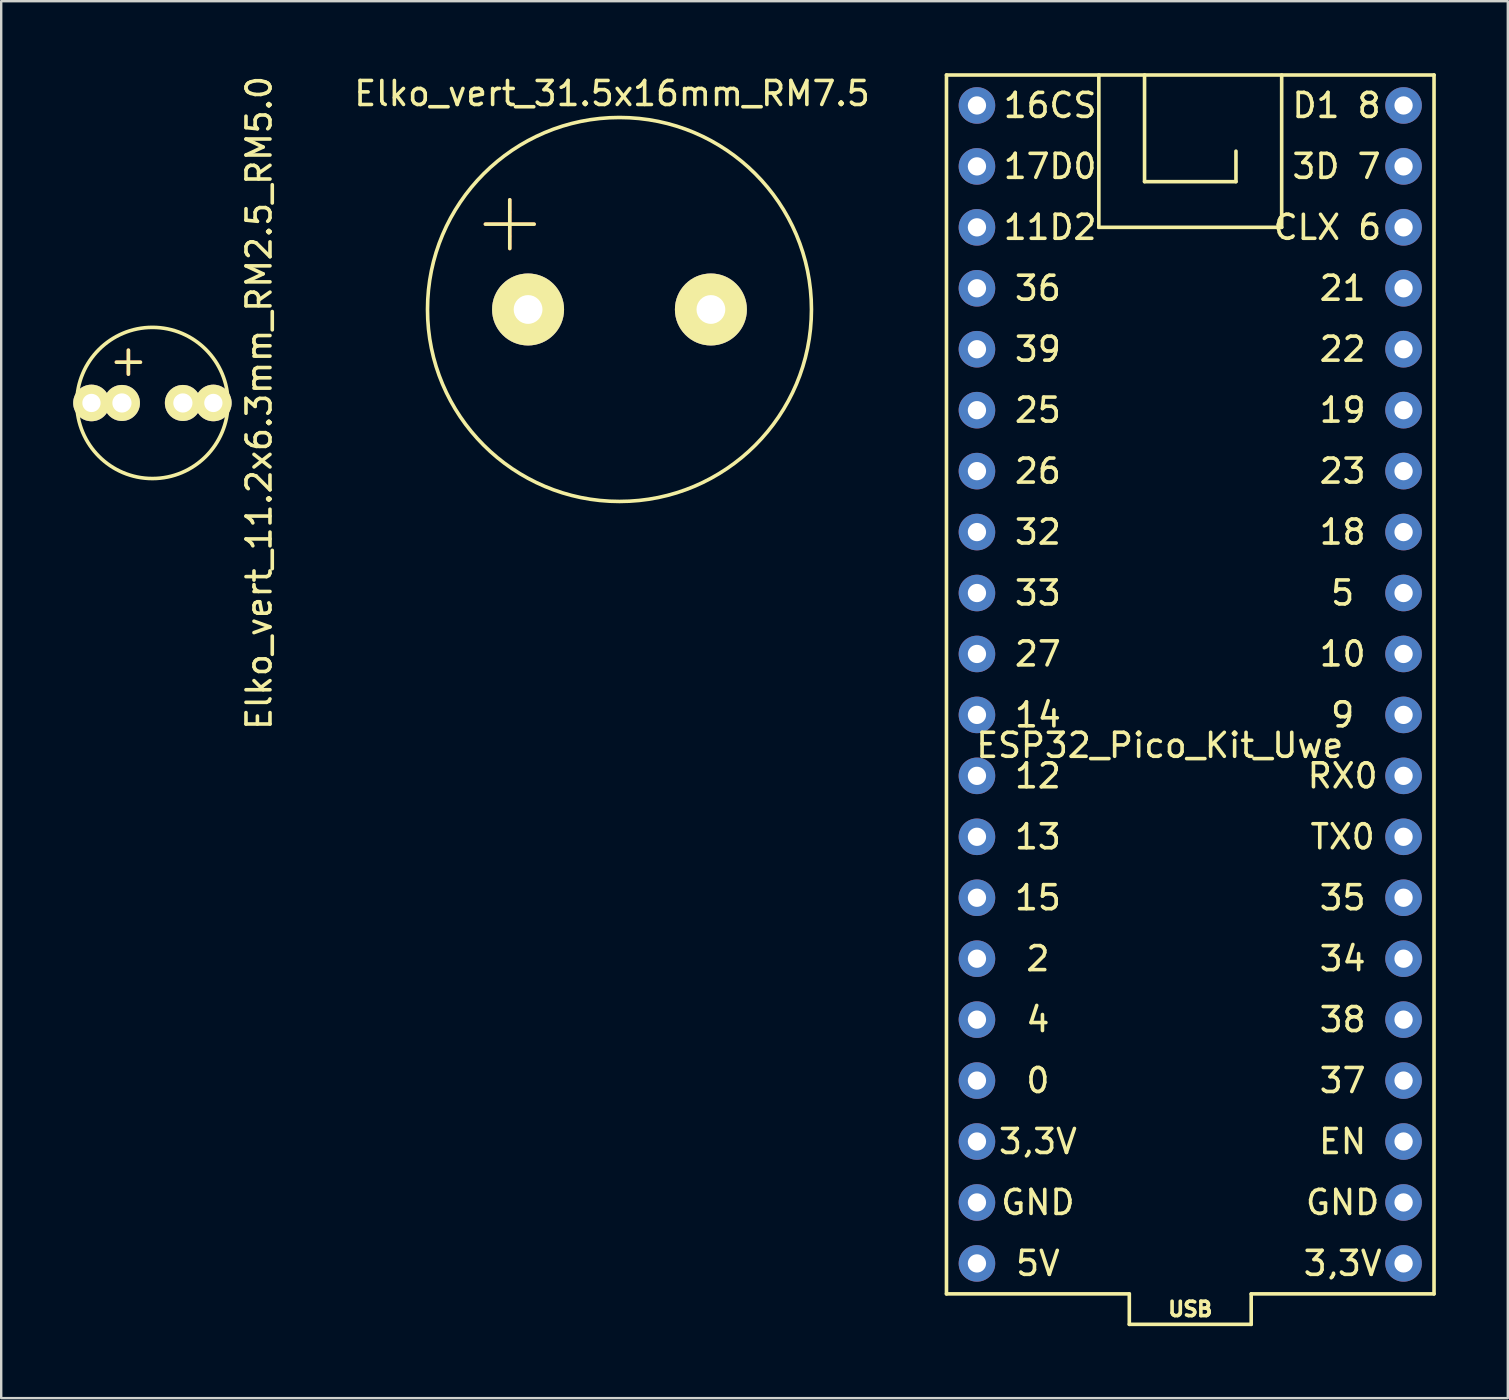
<source format=kicad_pcb>
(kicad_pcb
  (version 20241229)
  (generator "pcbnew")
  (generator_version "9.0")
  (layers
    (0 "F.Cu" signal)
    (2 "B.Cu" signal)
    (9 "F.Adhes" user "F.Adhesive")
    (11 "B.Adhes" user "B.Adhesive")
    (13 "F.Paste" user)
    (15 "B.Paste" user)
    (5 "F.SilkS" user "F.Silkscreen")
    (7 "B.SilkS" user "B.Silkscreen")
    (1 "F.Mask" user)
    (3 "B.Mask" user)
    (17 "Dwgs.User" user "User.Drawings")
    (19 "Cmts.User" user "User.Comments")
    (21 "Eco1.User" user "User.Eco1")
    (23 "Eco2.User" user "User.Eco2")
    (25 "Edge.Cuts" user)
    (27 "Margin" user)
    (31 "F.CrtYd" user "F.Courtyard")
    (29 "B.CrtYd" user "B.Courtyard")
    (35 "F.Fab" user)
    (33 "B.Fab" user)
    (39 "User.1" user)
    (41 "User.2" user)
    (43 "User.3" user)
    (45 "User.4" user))
  (footprint "Elko_vert_11.2x6.3mm_RM2.5_RM5.0"
    (layer "F.Cu")
    (at 2.032 13.744)
    (property "Reference" "Elko_vert_11.2x6.3mm_RM2.5_RM5.0" (at 5.715 0 90) (layer "F.SilkS") (effects (font (size 1 1) (thickness 0.15))))
    (attr through_hole)
    (fp_line (start -0.231 -1.699) (end 0.269 -1.699) (stroke (width 0.15) (type solid)) (layer "F.Cu"))
    (fp_line (start 0.269 -1.699) (end 0.269 -2.2) (stroke (width 0.15) (type solid)) (layer "F.Cu"))
    (fp_line (start 0.269 -1.699) (end 0.269 -1.3) (stroke (width 0.15) (type solid)) (layer "F.Cu"))
    (fp_line (start 0.269 -1.699) (end 0.77 -1.699) (stroke (width 0.15) (type solid)) (layer "F.Cu"))
    (fp_line (start 0.269 -1.3) (end 0.269 -1.199) (stroke (width 0.15) (type solid)) (layer "F.Cu"))
    (fp_line (start -0.231 -1.699) (end 0.77 -1.699) (stroke (width 0.15) (type solid)) (layer "F.SilkS"))
    (fp_line (start 0.269 -2.2) (end 0.269 -1.199) (stroke (width 0.15) (type solid)) (layer "F.SilkS"))
    (fp_circle (center 1.27 0) (end 4.42 0) (stroke (width 0.15) (type solid)) (fill no) (layer "F.SilkS"))
    (pad "1" thru_hole circle (at -1.27 0) (size 1.524 1.524) (drill 0.762) (layers "*.Cu" "*.Mask" "F.SilkS"))
    (pad "1" thru_hole circle (at 0 0) (size 1.501 1.501) (drill 0.8) (layers "*.Cu" "*.Mask" "F.SilkS"))
    (pad "2" thru_hole circle (at 2.54 0) (size 1.501 1.501) (drill 0.8) (layers "*.Cu" "*.Mask" "F.SilkS"))
    (pad "2" thru_hole circle (at 3.81 0) (size 1.524 1.524) (drill 0.762) (layers "*.Cu" "*.Mask" "F.SilkS")))
  (footprint "Elko_vert_31.5x16mm_RM7.5"
    (layer "F.Cu")
    (at 18.958 9.848)
    (property "Reference" "Elko_vert_31.5x16mm_RM7.5" (at 3.5 -9 0) (layer "F.SilkS") (effects (font (size 1 1) (thickness 0.15))))
    (attr through_hole)
    (fp_line (start -1.778 -3.556) (end 0.254 -3.556) (stroke (width 0.15) (type solid)) (layer "F.Cu"))
    (fp_line (start -0.762 -4.572) (end -0.762 -4.064) (stroke (width 0.15) (type solid)) (layer "F.Cu"))
    (fp_line (start -0.762 -4.064) (end -0.762 -3.556) (stroke (width 0.15) (type solid)) (layer "F.Cu"))
    (fp_line (start -0.762 -3.556) (end -0.762 -3.048) (stroke (width 0.15) (type solid)) (layer "F.Cu"))
    (fp_line (start -0.762 -3.048) (end -0.762 -2.54) (stroke (width 0.15) (type solid)) (layer "F.Cu"))
    (fp_line (start -1.778 -3.556) (end 0.254 -3.556) (stroke (width 0.15) (type solid)) (layer "F.SilkS"))
    (fp_line (start -0.762 -4.572) (end -0.762 -2.54) (stroke (width 0.15) (type solid)) (layer "F.SilkS"))
    (fp_circle (center 3.81 0) (end 11.811 0) (stroke (width 0.15) (type solid)) (fill no) (layer "F.SilkS"))
    (pad "1" thru_hole circle (at 0 0) (size 3 3) (drill 1.199) (layers "*.Cu" "*.Mask" "F.SilkS"))
    (pad "2" thru_hole circle (at 7.62 0) (size 3 3) (drill 1.199) (layers "*.Cu" "*.Mask" "F.SilkS")))
  (footprint "ESP32_Pico_Kit_Uwe"
    (layer "F.Cu")
    (at 46.556 26.745)
    (property "Reference" "ESP32_Pico_Kit_Uwe" (at -1.27 1.27 0) (unlocked yes) (layer "F.SilkS") (effects (font (size 1 1) (thickness 0.15))))
    (attr through_hole)
    (fp_line (start -10.16 -26.67) (end 10.16 -26.67) (stroke (width 0.15) (type solid)) (layer "F.SilkS"))
    (fp_line (start -10.16 24.13) (end -10.16 -26.67) (stroke (width 0.15) (type solid)) (layer "F.SilkS"))
    (fp_line (start -10.16 24.13) (end -2.54 24.13) (stroke (width 0.15) (type solid)) (layer "F.SilkS"))
    (fp_line (start -3.81 -26.67) (end -3.81 -20.32) (stroke (width 0.15) (type solid)) (layer "F.SilkS"))
    (fp_line (start -3.81 -20.32) (end 3.81 -20.32) (stroke (width 0.15) (type solid)) (layer "F.SilkS"))
    (fp_line (start -2.54 25.4) (end -2.54 24.13) (stroke (width 0.15) (type solid)) (layer "F.SilkS"))
    (fp_line (start -2.54 25.4) (end 2.54 25.4) (stroke (width 0.15) (type solid)) (layer "F.SilkS"))
    (fp_line (start -1.905 -26.67) (end -1.905 -22.225) (stroke (width 0.15) (type solid)) (layer "F.SilkS"))
    (fp_line (start -1.905 -22.225) (end 1.905 -22.225) (stroke (width 0.15) (type solid)) (layer "F.SilkS"))
    (fp_line (start 1.905 -22.225) (end 1.905 -23.495) (stroke (width 0.15) (type solid)) (layer "F.SilkS"))
    (fp_line (start 2.54 25.4) (end 2.54 24.13) (stroke (width 0.15) (type solid)) (layer "F.SilkS"))
    (fp_line (start 3.81 -20.32) (end 3.81 -26.67) (stroke (width 0.15) (type solid)) (layer "F.SilkS"))
    (fp_line (start 10.16 -26.67) (end 10.16 24.13) (stroke (width 0.15) (type solid)) (layer "F.SilkS"))
    (fp_line (start 10.16 24.13) (end 2.54 24.13) (stroke (width 0.15) (type solid)) (layer "F.SilkS"))
    (fp_text user "14" (at -6.35 0 0) (unlocked yes) (layer "F.SilkS") (effects (font (size 1 1) (thickness 0.15))))
    (fp_text user "9" (at 6.35 0 0) (unlocked yes) (layer "F.SilkS") (effects (font (size 1 1) (thickness 0.15))))
    (fp_text user "15" (at -6.35 7.62 0) (unlocked yes) (layer "F.SilkS") (effects (font (size 1 1) (thickness 0.15))))
    (fp_text user "USB" (at 0 24.765 0) (unlocked yes) (layer "F.SilkS") (effects (font (size 0.6 0.6) (thickness 0.15))))
    (fp_text user "39" (at -6.35 -15.24 0) (unlocked yes) (layer "F.SilkS") (effects (font (size 1 1) (thickness 0.15))))
    (fp_text user "21" (at 6.35 -17.78 0) (unlocked yes) (layer "F.SilkS") (effects (font (size 1 1) (thickness 0.15))))
    (fp_text user "13" (at -6.35 5.08 0) (unlocked yes) (layer "F.SilkS") (effects (font (size 1 1) (thickness 0.15))))
    (fp_text user "25" (at -6.35 -12.7 0) (unlocked yes) (layer "F.SilkS") (effects (font (size 1 1) (thickness 0.15))))
    (fp_text user "11D2" (at -5.842 -20.32 0) (unlocked yes) (layer "F.SilkS") (effects (font (size 1 1) (thickness 0.15))))
    (fp_text user "12" (at -6.35 2.54 0) (unlocked yes) (layer "F.SilkS") (effects (font (size 1 1) (thickness 0.15))))
    (fp_text user "35" (at 6.35 7.62 0) (unlocked yes) (layer "F.SilkS") (effects (font (size 1 1) (thickness 0.15))))
    (fp_text user "5" (at 6.35 -5.08 0) (unlocked yes) (layer "F.SilkS") (effects (font (size 1 1) (thickness 0.15))))
    (fp_text user "GND" (at -6.35 20.32 0) (unlocked yes) (layer "F.SilkS") (effects (font (size 1 1) (thickness 0.15))))
    (fp_text user "3D 7" (at 6.096 -22.86 0) (unlocked yes) (layer "F.SilkS") (effects (font (size 1 1) (thickness 0.15))))
    (fp_text user "TX0" (at 6.35 5.08 0) (unlocked yes) (layer "F.SilkS") (effects (font (size 1 1) (thickness 0.15))))
    (fp_text user "5V" (at -6.35 22.86 0) (unlocked yes) (layer "F.SilkS") (effects (font (size 1 1) (thickness 0.15))))
    (fp_text user "0" (at -6.35 15.24 0) (unlocked yes) (layer "F.SilkS") (effects (font (size 1 1) (thickness 0.15))))
    (fp_text user "RX0" (at 6.35 2.54 0) (unlocked yes) (layer "F.SilkS") (effects (font (size 1 1) (thickness 0.15))))
    (fp_text user "16CS" (at -5.842 -25.4 0) (unlocked yes) (layer "F.SilkS") (effects (font (size 1 1) (thickness 0.15))))
    (fp_text user "17D0" (at -5.842 -22.86 0) (unlocked yes) (layer "F.SilkS") (effects (font (size 1 1) (thickness 0.15))))
    (fp_text user "36" (at -6.35 -17.78 0) (unlocked yes) (layer "F.SilkS") (effects (font (size 1 1) (thickness 0.15))))
    (fp_text user "D1 8" (at 6.096 -25.4 0) (unlocked yes) (layer "F.SilkS") (effects (font (size 1 1) (thickness 0.15))))
    (fp_text user "CLX 6" (at 5.715 -20.32 0) (unlocked yes) (layer "F.SilkS") (effects (font (size 1 1) (thickness 0.15))))
    (fp_text user "34" (at 6.35 10.16 0) (unlocked yes) (layer "F.SilkS") (effects (font (size 1 1) (thickness 0.15))))
    (fp_text user "22" (at 6.35 -15.24 0) (unlocked yes) (layer "F.SilkS") (effects (font (size 1 1) (thickness 0.15))))
    (fp_text user "38" (at 6.35 12.7 0) (unlocked yes) (layer "F.SilkS") (effects (font (size 1 1) (thickness 0.15))))
    (fp_text user "3,3V" (at -6.35 17.78 0) (unlocked yes) (layer "F.SilkS") (effects (font (size 1 1) (thickness 0.15))))
    (fp_text user "37" (at 6.35 15.24 0) (unlocked yes) (layer "F.SilkS") (effects (font (size 1 1) (thickness 0.15))))
    (fp_text user "EN" (at 6.35 17.78 0) (unlocked yes) (layer "F.SilkS") (effects (font (size 1 1) (thickness 0.15))))
    (fp_text user "10" (at 6.35 -2.54 0) (unlocked yes) (layer "F.SilkS") (effects (font (size 1 1) (thickness 0.15))))
    (fp_text user "32" (at -6.35 -7.62 0) (unlocked yes) (layer "F.SilkS") (effects (font (size 1 1) (thickness 0.15))))
    (fp_text user "27" (at -6.35 -2.54 0) (unlocked yes) (layer "F.SilkS") (effects (font (size 1 1) (thickness 0.15))))
    (fp_text user "19" (at 6.35 -12.7 0) (unlocked yes) (layer "F.SilkS") (effects (font (size 1 1) (thickness 0.15))))
    (fp_text user "23" (at 6.35 -10.16 0) (unlocked yes) (layer "F.SilkS") (effects (font (size 1 1) (thickness 0.15))))
    (fp_text user "2" (at -6.35 10.16 0) (unlocked yes) (layer "F.SilkS") (effects (font (size 1 1) (thickness 0.15))))
    (fp_text user "18" (at 6.35 -7.62 0) (unlocked yes) (layer "F.SilkS") (effects (font (size 1 1) (thickness 0.15))))
    (fp_text user "4" (at -6.35 12.7 0) (unlocked yes) (layer "F.SilkS") (effects (font (size 1 1) (thickness 0.15))))
    (fp_text user "26" (at -6.35 -10.16 0) (unlocked yes) (layer "F.SilkS") (effects (font (size 1 1) (thickness 0.15))))
    (fp_text user "3,3V" (at 6.35 22.86 0) (unlocked yes) (layer "F.SilkS") (effects (font (size 1 1) (thickness 0.15))))
    (fp_text user "33" (at -6.35 -5.08 0) (unlocked yes) (layer "F.SilkS") (effects (font (size 1 1) (thickness 0.15))))
    (fp_text user "GND" (at 6.35 20.32 0) (unlocked yes) (layer "F.SilkS") (effects (font (size 1 1) (thickness 0.15))))
    (pad "1" thru_hole circle (at -8.89 22.86) (size 1.524 1.524) (drill 0.762) (layers "*.Cu" "*.Mask"))
    (pad "2" thru_hole circle (at -8.89 20.32) (size 1.524 1.524) (drill 0.762) (layers "*.Cu" "*.Mask"))
    (pad "3" thru_hole circle (at -8.89 17.78) (size 1.524 1.524) (drill 0.762) (layers "*.Cu" "*.Mask"))
    (pad "4" thru_hole circle (at -8.89 15.24) (size 1.524 1.524) (drill 0.762) (layers "*.Cu" "*.Mask"))
    (pad "5" thru_hole circle (at -8.89 12.7) (size 1.524 1.524) (drill 0.762) (layers "*.Cu" "*.Mask"))
    (pad "6" thru_hole circle (at -8.89 10.16) (size 1.524 1.524) (drill 0.762) (layers "*.Cu" "*.Mask"))
    (pad "7" thru_hole circle (at -8.89 7.62) (size 1.524 1.524) (drill 0.762) (layers "*.Cu" "*.Mask"))
    (pad "8" thru_hole circle (at -8.89 5.08) (size 1.524 1.524) (drill 0.762) (layers "*.Cu" "*.Mask"))
    (pad "9" thru_hole circle (at -8.89 2.54) (size 1.524 1.524) (drill 0.762) (layers "*.Cu" "*.Mask"))
    (pad "10" thru_hole circle (at -8.89 0) (size 1.524 1.524) (drill 0.762) (layers "*.Cu" "*.Mask"))
    (pad "11" thru_hole circle (at -8.89 -2.54) (size 1.524 1.524) (drill 0.762) (layers "*.Cu" "*.Mask"))
    (pad "12" thru_hole circle (at -8.89 -5.08) (size 1.524 1.524) (drill 0.762) (layers "*.Cu" "*.Mask"))
    (pad "13" thru_hole circle (at -8.89 -7.62) (size 1.524 1.524) (drill 0.762) (layers "*.Cu" "*.Mask"))
    (pad "14" thru_hole circle (at -8.89 -10.16) (size 1.524 1.524) (drill 0.762) (layers "*.Cu" "*.Mask"))
    (pad "15" thru_hole circle (at -8.89 -12.7) (size 1.524 1.524) (drill 0.762) (layers "*.Cu" "*.Mask"))
    (pad "16" thru_hole circle (at -8.89 -15.24) (size 1.524 1.524) (drill 0.762) (layers "*.Cu" "*.Mask"))
    (pad "17" thru_hole circle (at -8.89 -17.78) (size 1.524 1.524) (drill 0.762) (layers "*.Cu" "*.Mask"))
    (pad "18" thru_hole circle (at -8.89 -20.32) (size 1.524 1.524) (drill 0.762) (layers "*.Cu" "*.Mask"))
    (pad "19" thru_hole circle (at -8.89 -22.86) (size 1.524 1.524) (drill 0.762) (layers "*.Cu" "*.Mask"))
    (pad "20" thru_hole circle (at -8.89 -25.4) (size 1.524 1.524) (drill 0.762) (layers "*.Cu" "*.Mask"))
    (pad "21" thru_hole circle (at 8.89 22.86) (size 1.524 1.524) (drill 0.762) (layers "*.Cu" "*.Mask"))
    (pad "22" thru_hole circle (at 8.89 20.32) (size 1.524 1.524) (drill 0.762) (layers "*.Cu" "*.Mask"))
    (pad "23" thru_hole circle (at 8.89 17.78) (size 1.524 1.524) (drill 0.762) (layers "*.Cu" "*.Mask"))
    (pad "24" thru_hole circle (at 8.89 15.24) (size 1.524 1.524) (drill 0.762) (layers "*.Cu" "*.Mask"))
    (pad "25" thru_hole circle (at 8.89 12.7) (size 1.524 1.524) (drill 0.762) (layers "*.Cu" "*.Mask"))
    (pad "26" thru_hole circle (at 8.89 10.16) (size 1.524 1.524) (drill 0.762) (layers "*.Cu" "*.Mask"))
    (pad "27" thru_hole circle (at 8.89 7.62) (size 1.524 1.524) (drill 0.762) (layers "*.Cu" "*.Mask"))
    (pad "28" thru_hole circle (at 8.89 5.08) (size 1.524 1.524) (drill 0.762) (layers "*.Cu" "*.Mask"))
    (pad "29" thru_hole circle (at 8.89 2.54) (size 1.524 1.524) (drill 0.762) (layers "*.Cu" "*.Mask"))
    (pad "30" thru_hole circle (at 8.89 0) (size 1.524 1.524) (drill 0.762) (layers "*.Cu" "*.Mask"))
    (pad "31" thru_hole circle (at 8.89 -2.54) (size 1.524 1.524) (drill 0.762) (layers "*.Cu" "*.Mask"))
    (pad "32" thru_hole circle (at 8.89 -5.08) (size 1.524 1.524) (drill 0.762) (layers "*.Cu" "*.Mask"))
    (pad "33" thru_hole circle (at 8.89 -7.62) (size 1.524 1.524) (drill 0.762) (layers "*.Cu" "*.Mask"))
    (pad "34" thru_hole circle (at 8.89 -10.16) (size 1.524 1.524) (drill 0.762) (layers "*.Cu" "*.Mask"))
    (pad "35" thru_hole circle (at 8.89 -12.7) (size 1.524 1.524) (drill 0.762) (layers "*.Cu" "*.Mask"))
    (pad "36" thru_hole circle (at 8.89 -15.24) (size 1.524 1.524) (drill 0.762) (layers "*.Cu" "*.Mask"))
    (pad "37" thru_hole circle (at 8.89 -17.78) (size 1.524 1.524) (drill 0.762) (layers "*.Cu" "*.Mask"))
    (pad "38" thru_hole circle (at 8.89 -20.32) (size 1.524 1.524) (drill 0.762) (layers "*.Cu" "*.Mask"))
    (pad "39" thru_hole circle (at 8.89 -22.86) (size 1.524 1.524) (drill 0.762) (layers "*.Cu" "*.Mask"))
    (pad "40" thru_hole circle (at 8.89 -25.4) (size 1.524 1.524) (drill 0.762) (layers "*.Cu" "*.Mask")))
  (gr_rect
    (start -3 -3)
    (end 59.791 55.22)
    (stroke (width 0.1) (type default))
    (fill no)
    (layer "Edge.Cuts")))
</source>
